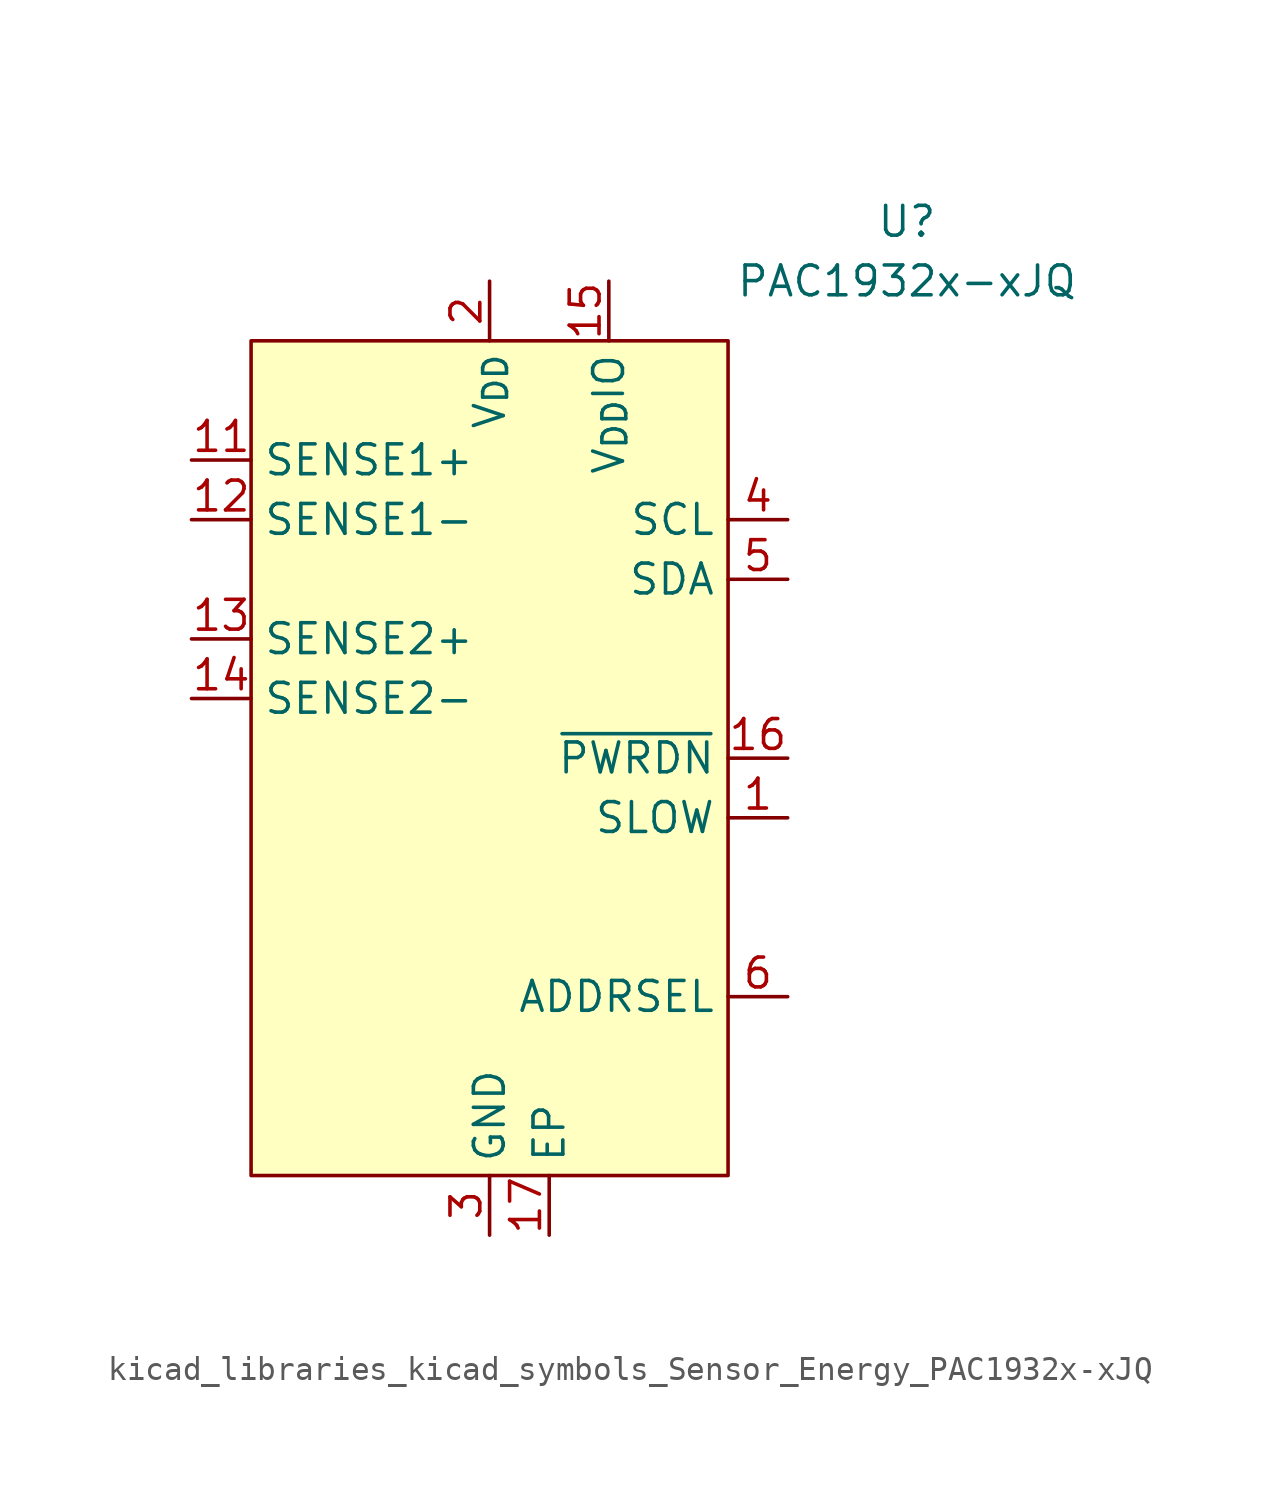
<source format=kicad_sym>
(kicad_symbol_lib
  (version 20220914)
  (generator kicad_symbol_editor)
  (symbol "kicad_libraries_kicad_symbols_Sensor_Energy_PAC1932x-xJQ"
    (property "Reference" "U"
      (at 17.78 22.86 0)
      (effects (font (size 1.27 1.27))))
    (property "Value" "PAC1932x-xJQ"
      (at 17.78 20.32 0)
      (effects (font (size 1.27 1.27))))
    (symbol "kicad_libraries_kicad_symbols_Sensor_Energy_PAC1932x-xJQ_0_0"
      (pin input line (at 12.7 -2.54 180) (length 2.54) (name "SLOW" (effects (font (size 1.27 1.27)))) (number "1" (effects (font (size 1.27 1.27)))) (alternate "~{ALERT1}" open_collector line))
      (pin passive line (at 0 -20.32 90) (length 2.54) hide (name "GND" (effects (font (size 1.27 1.27)))) (number "10" (effects (font (size 1.27 1.27)))))
      (pin input line (at -12.7 12.7 0) (length 2.54) (name "SENSE1+" (effects (font (size 1.27 1.27)))) (number "11" (effects (font (size 1.27 1.27)))))
      (pin input line (at -12.7 10.16 0) (length 2.54) (name "SENSE1-" (effects (font (size 1.27 1.27)))) (number "12" (effects (font (size 1.27 1.27)))))
      (pin input line (at -12.7 5.08 0) (length 2.54) (name "SENSE2+" (effects (font (size 1.27 1.27)))) (number "13" (effects (font (size 1.27 1.27)))))
      (pin input line (at -12.7 2.54 0) (length 2.54) (name "SENSE2-" (effects (font (size 1.27 1.27)))) (number "14" (effects (font (size 1.27 1.27)))))
      (pin input line (at 5.08 20.32 270) (length 2.54) (name "V_{DD}IO" (effects (font (size 1.27 1.27)))) (number "15" (effects (font (size 1.27 1.27)))))
      (pin input line (at 12.7 0 180) (length 2.54) (name "~{PWRDN}" (effects (font (size 1.27 1.27)))) (number "16" (effects (font (size 1.27 1.27)))))
      (pin passive line (at 2.54 -20.32 90) (length 2.54) (name "EP" (effects (font (size 1.27 1.27)))) (number "17" (effects (font (size 1.27 1.27)))))
      (pin power_in line (at 0 20.32 270) (length 2.54) (name "V_{DD}" (effects (font (size 1.27 1.27)))) (number "2" (effects (font (size 1.27 1.27)))))
      (pin power_in line (at 0 -20.32 90) (length 2.54) (name "GND" (effects (font (size 1.27 1.27)))) (number "3" (effects (font (size 1.27 1.27)))))
      (pin input line (at 12.7 10.16 180) (length 2.54) (name "SCL" (effects (font (size 1.27 1.27)))) (number "4" (effects (font (size 1.27 1.27)))) (alternate "SM_CLK" input line))
      (pin bidirectional line (at 12.7 7.62 180) (length 2.54) (name "SDA" (effects (font (size 1.27 1.27)))) (number "5" (effects (font (size 1.27 1.27)))) (alternate "SM_DATA" bidirectional line))
      (pin passive line (at 12.7 -10.16 180) (length 2.54) (name "ADDRSEL" (effects (font (size 1.27 1.27)))) (number "6" (effects (font (size 1.27 1.27)))))
      (pin passive line (at 0 -20.32 90) (length 2.54) hide (name "GND" (effects (font (size 1.27 1.27)))) (number "7" (effects (font (size 1.27 1.27)))))
      (pin passive line (at 0 -20.32 90) (length 2.54) hide (name "GND" (effects (font (size 1.27 1.27)))) (number "8" (effects (font (size 1.27 1.27)))))
      (pin passive line (at 0 -20.32 90) (length 2.54) hide (name "GND" (effects (font (size 1.27 1.27)))) (number "9" (effects (font (size 1.27 1.27))))))
    (symbol "kicad_libraries_kicad_symbols_Sensor_Energy_PAC1932x-xJQ_0_1"
      (rectangle (start -10.16 17.78) (end 10.16 -17.78) (stroke (width 0) (type default)) (fill (type background))))))
</source>
